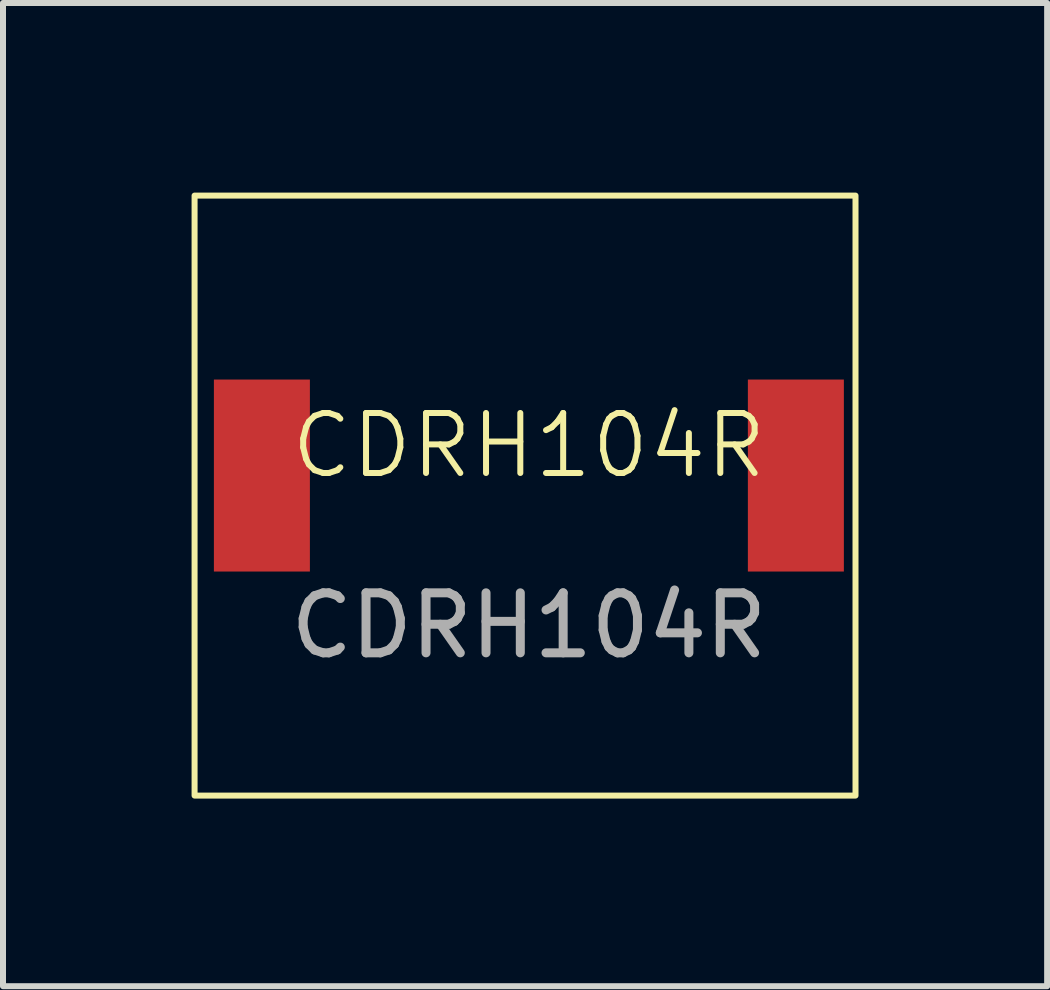
<source format=kicad_pcb>
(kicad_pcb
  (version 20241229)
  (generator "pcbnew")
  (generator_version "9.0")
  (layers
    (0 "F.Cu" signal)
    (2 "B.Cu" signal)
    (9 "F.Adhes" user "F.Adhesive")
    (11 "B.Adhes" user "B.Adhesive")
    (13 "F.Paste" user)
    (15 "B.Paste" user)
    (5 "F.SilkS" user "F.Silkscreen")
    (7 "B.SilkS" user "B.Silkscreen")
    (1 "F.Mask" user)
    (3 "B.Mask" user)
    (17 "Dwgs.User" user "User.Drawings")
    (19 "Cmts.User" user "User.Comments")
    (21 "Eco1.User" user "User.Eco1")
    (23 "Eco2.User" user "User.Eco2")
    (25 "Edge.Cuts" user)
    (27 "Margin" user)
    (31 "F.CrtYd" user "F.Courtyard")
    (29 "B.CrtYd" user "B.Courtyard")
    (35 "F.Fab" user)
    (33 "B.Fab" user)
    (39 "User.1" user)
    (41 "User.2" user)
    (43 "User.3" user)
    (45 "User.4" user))
  (footprint "CDRH104R"
    (layer "F.Cu")
    (at 5.765 4.876)
    (property "Reference" "CDRH104R" (at 0 -0.5 0) (unlocked yes) (layer "F.SilkS") (effects (font (size 1 1) (thickness 0.1))))
    (attr smd)
    (fp_rect (start -5.572 -4.666) (end 5.444 5.334) (stroke (width 0.1) (type default)) (fill no) (layer "F.SilkS"))
    (fp_rect (start -5.715 -4.826) (end 5.588 5.461) (stroke (width 0.1) (type default)) (fill no) (layer "Margin"))
    (fp_text user "${REFERENCE}" (at 0 2.5 0) (unlocked yes) (layer "F.Fab") (effects (font (size 1 1) (thickness 0.15))))
    (pad "1" smd rect (at -4.45 0) (size 1.6 3.2) (layers "F.Cu" "F.Mask" "F.Paste"))
    (pad "2" smd rect (at 4.45 0) (size 1.6 3.2) (layers "F.Cu" "F.Mask" "F.Paste")))
  (gr_rect
    (start -3 -3)
    (end 14.403 13.387)
    (stroke (width 0.1) (type default))
    (fill no)
    (layer "Edge.Cuts")))
</source>
